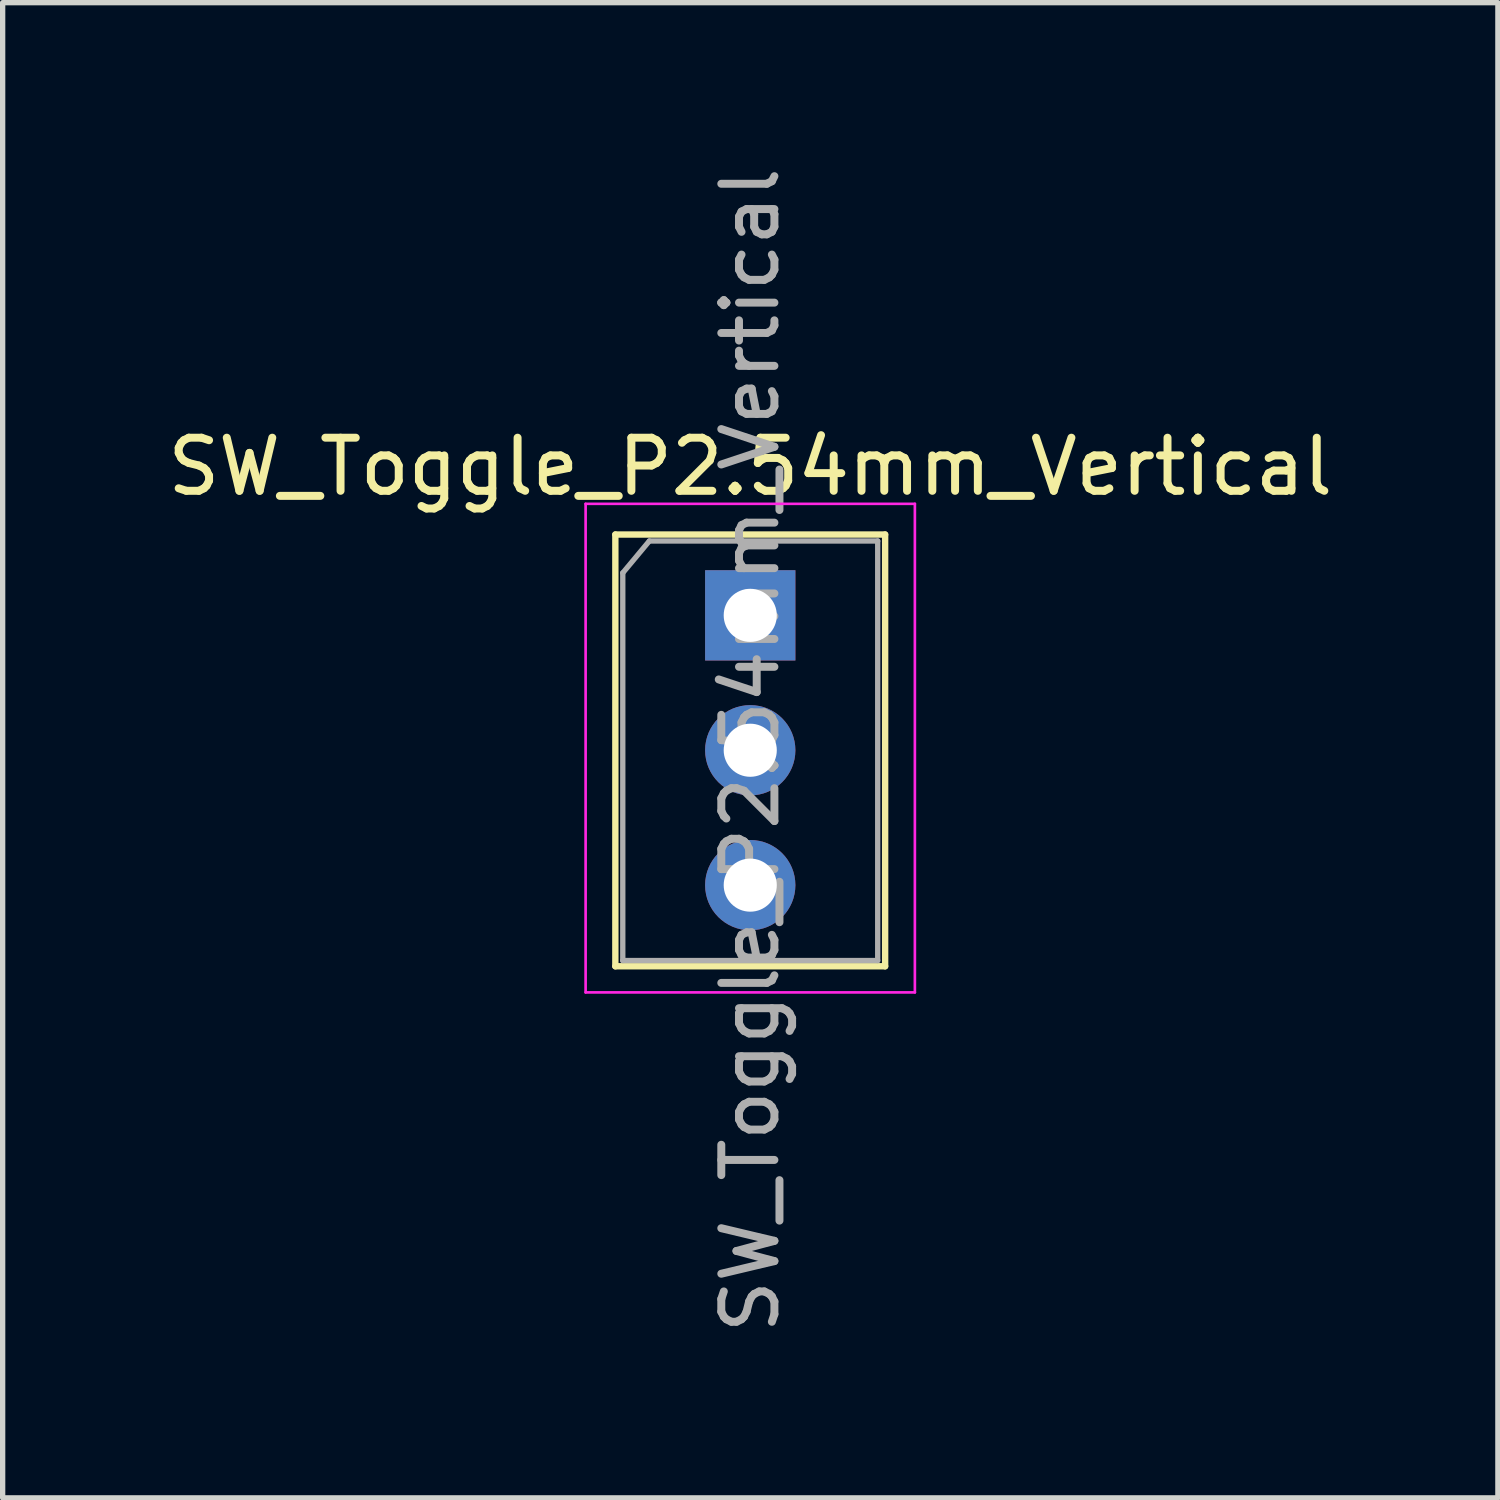
<source format=kicad_pcb>
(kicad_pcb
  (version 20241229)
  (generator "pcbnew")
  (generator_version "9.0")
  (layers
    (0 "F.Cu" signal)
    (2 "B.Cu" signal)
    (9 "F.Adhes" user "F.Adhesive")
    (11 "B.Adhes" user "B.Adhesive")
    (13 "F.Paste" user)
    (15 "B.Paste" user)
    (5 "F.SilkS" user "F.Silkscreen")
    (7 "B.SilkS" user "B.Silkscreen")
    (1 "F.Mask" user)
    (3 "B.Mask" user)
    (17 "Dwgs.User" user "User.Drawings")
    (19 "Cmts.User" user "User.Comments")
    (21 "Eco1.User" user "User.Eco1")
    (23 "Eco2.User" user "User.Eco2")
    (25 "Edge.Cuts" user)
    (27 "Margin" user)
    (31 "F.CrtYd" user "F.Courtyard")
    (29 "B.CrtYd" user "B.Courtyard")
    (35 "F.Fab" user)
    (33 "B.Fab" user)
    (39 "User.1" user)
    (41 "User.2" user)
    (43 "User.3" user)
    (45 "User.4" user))
  (footprint "SW_Toggle_P2.54mm_Vertical"
    (layer "F.Cu")
    (at 11.077 8.537)
    (property "Reference" "SW_Toggle_P2.54mm_Vertical" (at 0 -2.8 0) (layer "F.SilkS") (effects (font (size 1 1) (thickness 0.15))))
    (attr through_hole)
    (fp_line (start -2.54 -1.522) (end 2.54 -1.522) (stroke (width 0.12) (type solid)) (layer "F.SilkS"))
    (fp_line (start -2.54 6.608) (end -2.54 -1.522) (stroke (width 0.12) (type solid)) (layer "F.SilkS"))
    (fp_line (start 2.54 -1.522) (end 2.54 6.608) (stroke (width 0.12) (type solid)) (layer "F.SilkS"))
    (fp_line (start 2.54 6.608) (end -2.54 6.608) (stroke (width 0.12) (type solid)) (layer "F.SilkS"))
    (fp_line (start -3.1 -2.1) (end -3.1 7.1) (stroke (width 0.05) (type solid)) (layer "F.CrtYd"))
    (fp_line (start -3.1 7.1) (end 3.1 7.1) (stroke (width 0.05) (type solid)) (layer "F.CrtYd"))
    (fp_line (start 3.1 -2.1) (end -3.1 -2.1) (stroke (width 0.05) (type solid)) (layer "F.CrtYd"))
    (fp_line (start 3.1 7.1) (end 3.1 -2.1) (stroke (width 0.05) (type solid)) (layer "F.CrtYd"))
    (fp_line (start -2.4 -0.8) (end -1.9 -1.4) (stroke (width 0.1) (type solid)) (layer "F.Fab"))
    (fp_line (start -2.4 6.5) (end -2.4 -0.8) (stroke (width 0.1) (type solid)) (layer "F.Fab"))
    (fp_line (start -1.9 -1.4) (end 2.4 -1.4) (stroke (width 0.1) (type solid)) (layer "F.Fab"))
    (fp_line (start 2.4 -1.4) (end 2.4 6.5) (stroke (width 0.1) (type solid)) (layer "F.Fab"))
    (fp_line (start 2.4 6.5) (end -2.4 6.5) (stroke (width 0.1) (type solid)) (layer "F.Fab"))
    (fp_text user "${REFERENCE}" (at 0 2.54 90) (layer "F.Fab") (effects (font (size 1 1) (thickness 0.15))))
    (pad "1" thru_hole rect (at 0 0) (size 1.7 1.7) (drill 1) (layers "*.Cu" "*.Mask"))
    (pad "2" thru_hole circle (at 0 2.54) (size 1.7 1.7) (drill 1) (layers "*.Cu" "*.Mask"))
    (pad "3" thru_hole circle (at 0 5.08) (size 1.7 1.7) (drill 1) (layers "*.Cu" "*.Mask")))
  (gr_rect
    (start -3 -3)
    (end 25.155 25.155)
    (stroke (width 0.1) (type default))
    (fill no)
    (layer "Edge.Cuts")))
</source>
